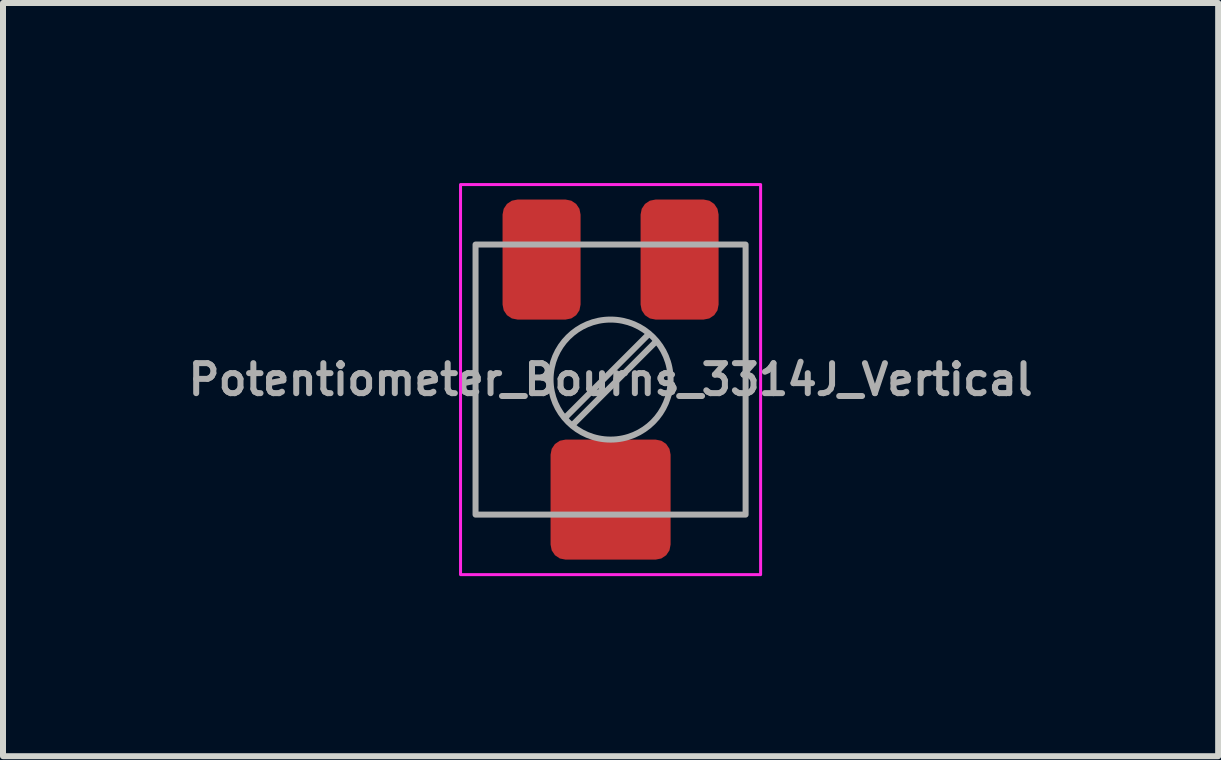
<source format=kicad_pcb>
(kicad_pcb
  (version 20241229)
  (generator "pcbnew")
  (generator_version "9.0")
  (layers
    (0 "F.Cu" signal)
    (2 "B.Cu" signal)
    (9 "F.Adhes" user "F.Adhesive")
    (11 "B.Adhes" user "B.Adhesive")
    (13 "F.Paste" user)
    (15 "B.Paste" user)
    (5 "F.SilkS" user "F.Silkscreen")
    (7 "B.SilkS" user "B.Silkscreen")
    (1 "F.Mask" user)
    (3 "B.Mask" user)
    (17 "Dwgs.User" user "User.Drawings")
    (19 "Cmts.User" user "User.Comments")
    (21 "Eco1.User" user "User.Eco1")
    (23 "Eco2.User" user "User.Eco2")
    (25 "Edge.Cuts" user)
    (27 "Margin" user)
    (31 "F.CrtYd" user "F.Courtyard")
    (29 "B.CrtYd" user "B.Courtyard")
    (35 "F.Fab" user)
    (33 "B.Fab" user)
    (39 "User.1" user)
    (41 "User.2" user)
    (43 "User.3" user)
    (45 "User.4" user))
  (footprint "Potentiometer_Bourns_3314J_Vertical"
    (layer "F.Cu")
    (at 7.124 3.275)
    (property "Reference" "Potentiometer_Bourns_3314J_Vertical" (at 0 0 0) (layer "F.Fab") (effects (font (size 0.5 0.5) (thickness 0.1))))
    (attr smd)
    (fp_rect (start -2.5 -3.25) (end 2.5 3.25) (stroke (width 0.05) (type solid)) (fill no) (layer "F.CrtYd"))
    (fp_line (start 0.636 -0.758) (end -0.758 0.636) (stroke (width 0.1) (type solid)) (layer "F.Fab"))
    (fp_line (start 0.758 -0.636) (end -0.636 0.758) (stroke (width 0.1) (type solid)) (layer "F.Fab"))
    (fp_rect (start -2.25 -2.25) (end 2.25 2.25) (stroke (width 0.1) (type solid)) (fill no) (layer "F.Fab"))
    (fp_circle (center 0 0) (end 1 0) (stroke (width 0.1) (type solid)) (fill no) (layer "F.Fab"))
    (pad "1" smd roundrect (at 1.15 -2) (size 1.3 2) (layers "F.Cu" "F.Mask" "F.Paste") (roundrect_rratio 0.192))
    (pad "2" smd roundrect (at 0 2) (size 2 2) (layers "F.Cu" "F.Mask" "F.Paste") (roundrect_rratio 0.125))
    (pad "3" smd roundrect (at -1.15 -2) (size 1.3 2) (layers "F.Cu" "F.Mask" "F.Paste") (roundrect_rratio 0.192)))
  (gr_rect
    (start -3 -3)
    (end 17.248 9.55)
    (stroke (width 0.1) (type default))
    (fill no)
    (layer "Edge.Cuts")))
</source>
